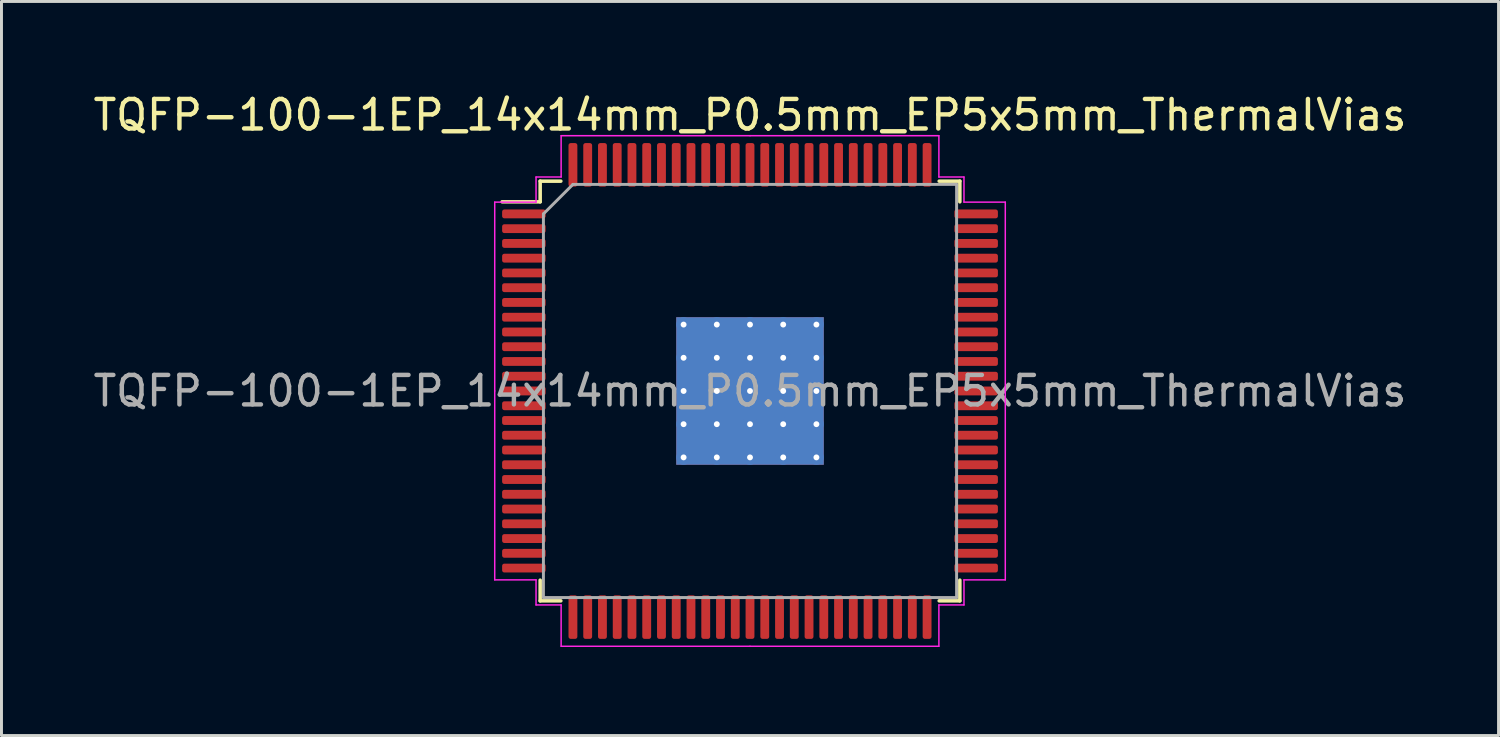
<source format=kicad_pcb>
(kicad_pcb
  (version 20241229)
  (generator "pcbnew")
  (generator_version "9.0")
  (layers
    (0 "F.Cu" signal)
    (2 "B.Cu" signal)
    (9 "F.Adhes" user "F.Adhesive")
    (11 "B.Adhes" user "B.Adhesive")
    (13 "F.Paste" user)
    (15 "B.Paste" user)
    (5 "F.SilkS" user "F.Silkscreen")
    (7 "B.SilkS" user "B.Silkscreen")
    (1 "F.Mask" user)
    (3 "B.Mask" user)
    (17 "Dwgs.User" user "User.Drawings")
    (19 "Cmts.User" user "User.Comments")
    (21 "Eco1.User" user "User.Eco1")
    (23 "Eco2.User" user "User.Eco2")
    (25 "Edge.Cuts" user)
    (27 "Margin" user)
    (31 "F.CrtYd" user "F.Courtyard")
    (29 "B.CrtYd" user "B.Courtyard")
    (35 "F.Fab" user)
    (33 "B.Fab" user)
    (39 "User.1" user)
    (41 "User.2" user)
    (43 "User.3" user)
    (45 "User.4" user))
  (footprint "TQFP-100-1EP_14x14mm_P0.5mm_EP5x5mm_ThermalVias"
    (layer "F.Cu")
    (at 22.363 10.198)
    (property "Reference" "TQFP-100-1EP_14x14mm_P0.5mm_EP5x5mm_ThermalVias" (at 0 -9.35 0) (layer "F.SilkS") (effects (font (size 1 1) (thickness 0.15))))
    (attr smd)
    (fp_line (start -7.11 -7.11) (end -7.11 -6.41) (stroke (width 0.12) (type solid)) (layer "F.SilkS"))
    (fp_line (start -7.11 -6.41) (end -8.4 -6.41) (stroke (width 0.12) (type solid)) (layer "F.SilkS"))
    (fp_line (start -7.11 7.11) (end -7.11 6.41) (stroke (width 0.12) (type solid)) (layer "F.SilkS"))
    (fp_line (start -6.41 -7.11) (end -7.11 -7.11) (stroke (width 0.12) (type solid)) (layer "F.SilkS"))
    (fp_line (start -6.41 7.11) (end -7.11 7.11) (stroke (width 0.12) (type solid)) (layer "F.SilkS"))
    (fp_line (start 6.41 -7.11) (end 7.11 -7.11) (stroke (width 0.12) (type solid)) (layer "F.SilkS"))
    (fp_line (start 6.41 7.11) (end 7.11 7.11) (stroke (width 0.12) (type solid)) (layer "F.SilkS"))
    (fp_line (start 7.11 -7.11) (end 7.11 -6.41) (stroke (width 0.12) (type solid)) (layer "F.SilkS"))
    (fp_line (start 7.11 7.11) (end 7.11 6.41) (stroke (width 0.12) (type solid)) (layer "F.SilkS"))
    (fp_line (start -8.65 -6.4) (end -8.65 0) (stroke (width 0.05) (type solid)) (layer "F.CrtYd"))
    (fp_line (start -8.65 6.4) (end -8.65 0) (stroke (width 0.05) (type solid)) (layer "F.CrtYd"))
    (fp_line (start -7.25 -7.25) (end -7.25 -6.4) (stroke (width 0.05) (type solid)) (layer "F.CrtYd"))
    (fp_line (start -7.25 -6.4) (end -8.65 -6.4) (stroke (width 0.05) (type solid)) (layer "F.CrtYd"))
    (fp_line (start -7.25 6.4) (end -8.65 6.4) (stroke (width 0.05) (type solid)) (layer "F.CrtYd"))
    (fp_line (start -7.25 7.25) (end -7.25 6.4) (stroke (width 0.05) (type solid)) (layer "F.CrtYd"))
    (fp_line (start -6.4 -8.65) (end -6.4 -7.25) (stroke (width 0.05) (type solid)) (layer "F.CrtYd"))
    (fp_line (start -6.4 -7.25) (end -7.25 -7.25) (stroke (width 0.05) (type solid)) (layer "F.CrtYd"))
    (fp_line (start -6.4 7.25) (end -7.25 7.25) (stroke (width 0.05) (type solid)) (layer "F.CrtYd"))
    (fp_line (start -6.4 8.65) (end -6.4 7.25) (stroke (width 0.05) (type solid)) (layer "F.CrtYd"))
    (fp_line (start 0 -8.65) (end -6.4 -8.65) (stroke (width 0.05) (type solid)) (layer "F.CrtYd"))
    (fp_line (start 0 -8.65) (end 6.4 -8.65) (stroke (width 0.05) (type solid)) (layer "F.CrtYd"))
    (fp_line (start 0 8.65) (end -6.4 8.65) (stroke (width 0.05) (type solid)) (layer "F.CrtYd"))
    (fp_line (start 0 8.65) (end 6.4 8.65) (stroke (width 0.05) (type solid)) (layer "F.CrtYd"))
    (fp_line (start 6.4 -8.65) (end 6.4 -7.25) (stroke (width 0.05) (type solid)) (layer "F.CrtYd"))
    (fp_line (start 6.4 -7.25) (end 7.25 -7.25) (stroke (width 0.05) (type solid)) (layer "F.CrtYd"))
    (fp_line (start 6.4 7.25) (end 7.25 7.25) (stroke (width 0.05) (type solid)) (layer "F.CrtYd"))
    (fp_line (start 6.4 8.65) (end 6.4 7.25) (stroke (width 0.05) (type solid)) (layer "F.CrtYd"))
    (fp_line (start 7.25 -7.25) (end 7.25 -6.4) (stroke (width 0.05) (type solid)) (layer "F.CrtYd"))
    (fp_line (start 7.25 -6.4) (end 8.65 -6.4) (stroke (width 0.05) (type solid)) (layer "F.CrtYd"))
    (fp_line (start 7.25 6.4) (end 8.65 6.4) (stroke (width 0.05) (type solid)) (layer "F.CrtYd"))
    (fp_line (start 7.25 7.25) (end 7.25 6.4) (stroke (width 0.05) (type solid)) (layer "F.CrtYd"))
    (fp_line (start 8.65 -6.4) (end 8.65 0) (stroke (width 0.05) (type solid)) (layer "F.CrtYd"))
    (fp_line (start 8.65 6.4) (end 8.65 0) (stroke (width 0.05) (type solid)) (layer "F.CrtYd"))
    (fp_line (start -7 -6) (end -6 -7) (stroke (width 0.1) (type solid)) (layer "F.Fab"))
    (fp_line (start -7 7) (end -7 -6) (stroke (width 0.1) (type solid)) (layer "F.Fab"))
    (fp_line (start -6 -7) (end 7 -7) (stroke (width 0.1) (type solid)) (layer "F.Fab"))
    (fp_line (start 7 -7) (end 7 7) (stroke (width 0.1) (type solid)) (layer "F.Fab"))
    (fp_line (start 7 7) (end -7 7) (stroke (width 0.1) (type solid)) (layer "F.Fab"))
    (fp_text user "${REFERENCE}" (at 0 0 0) (layer "F.Fab") (effects (font (size 1 1) (thickness 0.15))))
    (pad "" smd custom (at -1.688 -1.688) (size 0.891 0.891) (layers "F.Paste") (options (anchor circle)) (primitives (gr_poly (pts (xy -0.387 -0.29) (xy -0.29 -0.387) (xy 0.29 -0.387) (xy 0.387 -0.29) (xy 0.387 0.29) (xy 0.29 0.387) (xy -0.29 0.387) (xy -0.387 0.29)) (width 0.234) (fill yes))))
    (pad "" smd custom (at -1.688 -0.562) (size 0.891 0.891) (layers "F.Paste") (options (anchor circle)) (primitives (gr_poly (pts (xy -0.387 -0.29) (xy -0.29 -0.387) (xy 0.29 -0.387) (xy 0.387 -0.29) (xy 0.387 0.29) (xy 0.29 0.387) (xy -0.29 0.387) (xy -0.387 0.29)) (width 0.234) (fill yes))))
    (pad "" smd custom (at -1.688 0.562) (size 0.891 0.891) (layers "F.Paste") (options (anchor circle)) (primitives (gr_poly (pts (xy -0.387 -0.29) (xy -0.29 -0.387) (xy 0.29 -0.387) (xy 0.387 -0.29) (xy 0.387 0.29) (xy 0.29 0.387) (xy -0.29 0.387) (xy -0.387 0.29)) (width 0.234) (fill yes))))
    (pad "" smd custom (at -1.688 1.688) (size 0.891 0.891) (layers "F.Paste") (options (anchor circle)) (primitives (gr_poly (pts (xy -0.387 -0.29) (xy -0.29 -0.387) (xy 0.29 -0.387) (xy 0.387 -0.29) (xy 0.387 0.29) (xy 0.29 0.387) (xy -0.29 0.387) (xy -0.387 0.29)) (width 0.234) (fill yes))))
    (pad "" smd custom (at -0.562 -1.688) (size 0.891 0.891) (layers "F.Paste") (options (anchor circle)) (primitives (gr_poly (pts (xy -0.387 -0.29) (xy -0.29 -0.387) (xy 0.29 -0.387) (xy 0.387 -0.29) (xy 0.387 0.29) (xy 0.29 0.387) (xy -0.29 0.387) (xy -0.387 0.29)) (width 0.234) (fill yes))))
    (pad "" smd custom (at -0.562 -0.562) (size 0.891 0.891) (layers "F.Paste") (options (anchor circle)) (primitives (gr_poly (pts (xy -0.387 -0.29) (xy -0.29 -0.387) (xy 0.29 -0.387) (xy 0.387 -0.29) (xy 0.387 0.29) (xy 0.29 0.387) (xy -0.29 0.387) (xy -0.387 0.29)) (width 0.234) (fill yes))))
    (pad "" smd custom (at -0.562 0.562) (size 0.891 0.891) (layers "F.Paste") (options (anchor circle)) (primitives (gr_poly (pts (xy -0.387 -0.29) (xy -0.29 -0.387) (xy 0.29 -0.387) (xy 0.387 -0.29) (xy 0.387 0.29) (xy 0.29 0.387) (xy -0.29 0.387) (xy -0.387 0.29)) (width 0.234) (fill yes))))
    (pad "" smd custom (at -0.562 1.688) (size 0.891 0.891) (layers "F.Paste") (options (anchor circle)) (primitives (gr_poly (pts (xy -0.387 -0.29) (xy -0.29 -0.387) (xy 0.29 -0.387) (xy 0.387 -0.29) (xy 0.387 0.29) (xy 0.29 0.387) (xy -0.29 0.387) (xy -0.387 0.29)) (width 0.234) (fill yes))))
    (pad "" smd custom (at 0.562 -1.688) (size 0.891 0.891) (layers "F.Paste") (options (anchor circle)) (primitives (gr_poly (pts (xy -0.387 -0.29) (xy -0.29 -0.387) (xy 0.29 -0.387) (xy 0.387 -0.29) (xy 0.387 0.29) (xy 0.29 0.387) (xy -0.29 0.387) (xy -0.387 0.29)) (width 0.234) (fill yes))))
    (pad "" smd custom (at 0.562 -0.562) (size 0.891 0.891) (layers "F.Paste") (options (anchor circle)) (primitives (gr_poly (pts (xy -0.387 -0.29) (xy -0.29 -0.387) (xy 0.29 -0.387) (xy 0.387 -0.29) (xy 0.387 0.29) (xy 0.29 0.387) (xy -0.29 0.387) (xy -0.387 0.29)) (width 0.234) (fill yes))))
    (pad "" smd custom (at 0.562 0.562) (size 0.891 0.891) (layers "F.Paste") (options (anchor circle)) (primitives (gr_poly (pts (xy -0.387 -0.29) (xy -0.29 -0.387) (xy 0.29 -0.387) (xy 0.387 -0.29) (xy 0.387 0.29) (xy 0.29 0.387) (xy -0.29 0.387) (xy -0.387 0.29)) (width 0.234) (fill yes))))
    (pad "" smd custom (at 0.562 1.688) (size 0.891 0.891) (layers "F.Paste") (options (anchor circle)) (primitives (gr_poly (pts (xy -0.387 -0.29) (xy -0.29 -0.387) (xy 0.29 -0.387) (xy 0.387 -0.29) (xy 0.387 0.29) (xy 0.29 0.387) (xy -0.29 0.387) (xy -0.387 0.29)) (width 0.234) (fill yes))))
    (pad "" smd custom (at 1.688 -1.688) (size 0.891 0.891) (layers "F.Paste") (options (anchor circle)) (primitives (gr_poly (pts (xy -0.387 -0.29) (xy -0.29 -0.387) (xy 0.29 -0.387) (xy 0.387 -0.29) (xy 0.387 0.29) (xy 0.29 0.387) (xy -0.29 0.387) (xy -0.387 0.29)) (width 0.234) (fill yes))))
    (pad "" smd custom (at 1.688 -0.562) (size 0.891 0.891) (layers "F.Paste") (options (anchor circle)) (primitives (gr_poly (pts (xy -0.387 -0.29) (xy -0.29 -0.387) (xy 0.29 -0.387) (xy 0.387 -0.29) (xy 0.387 0.29) (xy 0.29 0.387) (xy -0.29 0.387) (xy -0.387 0.29)) (width 0.234) (fill yes))))
    (pad "" smd custom (at 1.688 0.562) (size 0.891 0.891) (layers "F.Paste") (options (anchor circle)) (primitives (gr_poly (pts (xy -0.387 -0.29) (xy -0.29 -0.387) (xy 0.29 -0.387) (xy 0.387 -0.29) (xy 0.387 0.29) (xy 0.29 0.387) (xy -0.29 0.387) (xy -0.387 0.29)) (width 0.234) (fill yes))))
    (pad "" smd custom (at 1.688 1.688) (size 0.891 0.891) (layers "F.Paste") (options (anchor circle)) (primitives (gr_poly (pts (xy -0.387 -0.29) (xy -0.29 -0.387) (xy 0.29 -0.387) (xy 0.387 -0.29) (xy 0.387 0.29) (xy 0.29 0.387) (xy -0.29 0.387) (xy -0.387 0.29)) (width 0.234) (fill yes))))
    (pad "1" smd roundrect (at -7.662 -6) (size 1.475 0.3) (layers "F.Cu" "F.Mask" "F.Paste") (roundrect_rratio 0.25))
    (pad "2" smd roundrect (at -7.662 -5.5) (size 1.475 0.3) (layers "F.Cu" "F.Mask" "F.Paste") (roundrect_rratio 0.25))
    (pad "3" smd roundrect (at -7.662 -5) (size 1.475 0.3) (layers "F.Cu" "F.Mask" "F.Paste") (roundrect_rratio 0.25))
    (pad "4" smd roundrect (at -7.662 -4.5) (size 1.475 0.3) (layers "F.Cu" "F.Mask" "F.Paste") (roundrect_rratio 0.25))
    (pad "5" smd roundrect (at -7.662 -4) (size 1.475 0.3) (layers "F.Cu" "F.Mask" "F.Paste") (roundrect_rratio 0.25))
    (pad "6" smd roundrect (at -7.662 -3.5) (size 1.475 0.3) (layers "F.Cu" "F.Mask" "F.Paste") (roundrect_rratio 0.25))
    (pad "7" smd roundrect (at -7.662 -3) (size 1.475 0.3) (layers "F.Cu" "F.Mask" "F.Paste") (roundrect_rratio 0.25))
    (pad "8" smd roundrect (at -7.662 -2.5) (size 1.475 0.3) (layers "F.Cu" "F.Mask" "F.Paste") (roundrect_rratio 0.25))
    (pad "9" smd roundrect (at -7.662 -2) (size 1.475 0.3) (layers "F.Cu" "F.Mask" "F.Paste") (roundrect_rratio 0.25))
    (pad "10" smd roundrect (at -7.662 -1.5) (size 1.475 0.3) (layers "F.Cu" "F.Mask" "F.Paste") (roundrect_rratio 0.25))
    (pad "11" smd roundrect (at -7.662 -1) (size 1.475 0.3) (layers "F.Cu" "F.Mask" "F.Paste") (roundrect_rratio 0.25))
    (pad "12" smd roundrect (at -7.662 -0.5) (size 1.475 0.3) (layers "F.Cu" "F.Mask" "F.Paste") (roundrect_rratio 0.25))
    (pad "13" smd roundrect (at -7.662 0) (size 1.475 0.3) (layers "F.Cu" "F.Mask" "F.Paste") (roundrect_rratio 0.25))
    (pad "14" smd roundrect (at -7.662 0.5) (size 1.475 0.3) (layers "F.Cu" "F.Mask" "F.Paste") (roundrect_rratio 0.25))
    (pad "15" smd roundrect (at -7.662 1) (size 1.475 0.3) (layers "F.Cu" "F.Mask" "F.Paste") (roundrect_rratio 0.25))
    (pad "16" smd roundrect (at -7.662 1.5) (size 1.475 0.3) (layers "F.Cu" "F.Mask" "F.Paste") (roundrect_rratio 0.25))
    (pad "17" smd roundrect (at -7.662 2) (size 1.475 0.3) (layers "F.Cu" "F.Mask" "F.Paste") (roundrect_rratio 0.25))
    (pad "18" smd roundrect (at -7.662 2.5) (size 1.475 0.3) (layers "F.Cu" "F.Mask" "F.Paste") (roundrect_rratio 0.25))
    (pad "19" smd roundrect (at -7.662 3) (size 1.475 0.3) (layers "F.Cu" "F.Mask" "F.Paste") (roundrect_rratio 0.25))
    (pad "20" smd roundrect (at -7.662 3.5) (size 1.475 0.3) (layers "F.Cu" "F.Mask" "F.Paste") (roundrect_rratio 0.25))
    (pad "21" smd roundrect (at -7.662 4) (size 1.475 0.3) (layers "F.Cu" "F.Mask" "F.Paste") (roundrect_rratio 0.25))
    (pad "22" smd roundrect (at -7.662 4.5) (size 1.475 0.3) (layers "F.Cu" "F.Mask" "F.Paste") (roundrect_rratio 0.25))
    (pad "23" smd roundrect (at -7.662 5) (size 1.475 0.3) (layers "F.Cu" "F.Mask" "F.Paste") (roundrect_rratio 0.25))
    (pad "24" smd roundrect (at -7.662 5.5) (size 1.475 0.3) (layers "F.Cu" "F.Mask" "F.Paste") (roundrect_rratio 0.25))
    (pad "25" smd roundrect (at -7.662 6) (size 1.475 0.3) (layers "F.Cu" "F.Mask" "F.Paste") (roundrect_rratio 0.25))
    (pad "26" smd roundrect (at -6 7.662) (size 0.3 1.475) (layers "F.Cu" "F.Mask" "F.Paste") (roundrect_rratio 0.25))
    (pad "27" smd roundrect (at -5.5 7.662) (size 0.3 1.475) (layers "F.Cu" "F.Mask" "F.Paste") (roundrect_rratio 0.25))
    (pad "28" smd roundrect (at -5 7.662) (size 0.3 1.475) (layers "F.Cu" "F.Mask" "F.Paste") (roundrect_rratio 0.25))
    (pad "29" smd roundrect (at -4.5 7.662) (size 0.3 1.475) (layers "F.Cu" "F.Mask" "F.Paste") (roundrect_rratio 0.25))
    (pad "30" smd roundrect (at -4 7.662) (size 0.3 1.475) (layers "F.Cu" "F.Mask" "F.Paste") (roundrect_rratio 0.25))
    (pad "31" smd roundrect (at -3.5 7.662) (size 0.3 1.475) (layers "F.Cu" "F.Mask" "F.Paste") (roundrect_rratio 0.25))
    (pad "32" smd roundrect (at -3 7.662) (size 0.3 1.475) (layers "F.Cu" "F.Mask" "F.Paste") (roundrect_rratio 0.25))
    (pad "33" smd roundrect (at -2.5 7.662) (size 0.3 1.475) (layers "F.Cu" "F.Mask" "F.Paste") (roundrect_rratio 0.25))
    (pad "34" smd roundrect (at -2 7.662) (size 0.3 1.475) (layers "F.Cu" "F.Mask" "F.Paste") (roundrect_rratio 0.25))
    (pad "35" smd roundrect (at -1.5 7.662) (size 0.3 1.475) (layers "F.Cu" "F.Mask" "F.Paste") (roundrect_rratio 0.25))
    (pad "36" smd roundrect (at -1 7.662) (size 0.3 1.475) (layers "F.Cu" "F.Mask" "F.Paste") (roundrect_rratio 0.25))
    (pad "37" smd roundrect (at -0.5 7.662) (size 0.3 1.475) (layers "F.Cu" "F.Mask" "F.Paste") (roundrect_rratio 0.25))
    (pad "38" smd roundrect (at 0 7.662) (size 0.3 1.475) (layers "F.Cu" "F.Mask" "F.Paste") (roundrect_rratio 0.25))
    (pad "39" smd roundrect (at 0.5 7.662) (size 0.3 1.475) (layers "F.Cu" "F.Mask" "F.Paste") (roundrect_rratio 0.25))
    (pad "40" smd roundrect (at 1 7.662) (size 0.3 1.475) (layers "F.Cu" "F.Mask" "F.Paste") (roundrect_rratio 0.25))
    (pad "41" smd roundrect (at 1.5 7.662) (size 0.3 1.475) (layers "F.Cu" "F.Mask" "F.Paste") (roundrect_rratio 0.25))
    (pad "42" smd roundrect (at 2 7.662) (size 0.3 1.475) (layers "F.Cu" "F.Mask" "F.Paste") (roundrect_rratio 0.25))
    (pad "43" smd roundrect (at 2.5 7.662) (size 0.3 1.475) (layers "F.Cu" "F.Mask" "F.Paste") (roundrect_rratio 0.25))
    (pad "44" smd roundrect (at 3 7.662) (size 0.3 1.475) (layers "F.Cu" "F.Mask" "F.Paste") (roundrect_rratio 0.25))
    (pad "45" smd roundrect (at 3.5 7.662) (size 0.3 1.475) (layers "F.Cu" "F.Mask" "F.Paste") (roundrect_rratio 0.25))
    (pad "46" smd roundrect (at 4 7.662) (size 0.3 1.475) (layers "F.Cu" "F.Mask" "F.Paste") (roundrect_rratio 0.25))
    (pad "47" smd roundrect (at 4.5 7.662) (size 0.3 1.475) (layers "F.Cu" "F.Mask" "F.Paste") (roundrect_rratio 0.25))
    (pad "48" smd roundrect (at 5 7.662) (size 0.3 1.475) (layers "F.Cu" "F.Mask" "F.Paste") (roundrect_rratio 0.25))
    (pad "49" smd roundrect (at 5.5 7.662) (size 0.3 1.475) (layers "F.Cu" "F.Mask" "F.Paste") (roundrect_rratio 0.25))
    (pad "50" smd roundrect (at 6 7.662) (size 0.3 1.475) (layers "F.Cu" "F.Mask" "F.Paste") (roundrect_rratio 0.25))
    (pad "51" smd roundrect (at 7.662 6) (size 1.475 0.3) (layers "F.Cu" "F.Mask" "F.Paste") (roundrect_rratio 0.25))
    (pad "52" smd roundrect (at 7.662 5.5) (size 1.475 0.3) (layers "F.Cu" "F.Mask" "F.Paste") (roundrect_rratio 0.25))
    (pad "53" smd roundrect (at 7.662 5) (size 1.475 0.3) (layers "F.Cu" "F.Mask" "F.Paste") (roundrect_rratio 0.25))
    (pad "54" smd roundrect (at 7.662 4.5) (size 1.475 0.3) (layers "F.Cu" "F.Mask" "F.Paste") (roundrect_rratio 0.25))
    (pad "55" smd roundrect (at 7.662 4) (size 1.475 0.3) (layers "F.Cu" "F.Mask" "F.Paste") (roundrect_rratio 0.25))
    (pad "56" smd roundrect (at 7.662 3.5) (size 1.475 0.3) (layers "F.Cu" "F.Mask" "F.Paste") (roundrect_rratio 0.25))
    (pad "57" smd roundrect (at 7.662 3) (size 1.475 0.3) (layers "F.Cu" "F.Mask" "F.Paste") (roundrect_rratio 0.25))
    (pad "58" smd roundrect (at 7.662 2.5) (size 1.475 0.3) (layers "F.Cu" "F.Mask" "F.Paste") (roundrect_rratio 0.25))
    (pad "59" smd roundrect (at 7.662 2) (size 1.475 0.3) (layers "F.Cu" "F.Mask" "F.Paste") (roundrect_rratio 0.25))
    (pad "60" smd roundrect (at 7.662 1.5) (size 1.475 0.3) (layers "F.Cu" "F.Mask" "F.Paste") (roundrect_rratio 0.25))
    (pad "61" smd roundrect (at 7.662 1) (size 1.475 0.3) (layers "F.Cu" "F.Mask" "F.Paste") (roundrect_rratio 0.25))
    (pad "62" smd roundrect (at 7.662 0.5) (size 1.475 0.3) (layers "F.Cu" "F.Mask" "F.Paste") (roundrect_rratio 0.25))
    (pad "63" smd roundrect (at 7.662 0) (size 1.475 0.3) (layers "F.Cu" "F.Mask" "F.Paste") (roundrect_rratio 0.25))
    (pad "64" smd roundrect (at 7.662 -0.5) (size 1.475 0.3) (layers "F.Cu" "F.Mask" "F.Paste") (roundrect_rratio 0.25))
    (pad "65" smd roundrect (at 7.662 -1) (size 1.475 0.3) (layers "F.Cu" "F.Mask" "F.Paste") (roundrect_rratio 0.25))
    (pad "66" smd roundrect (at 7.662 -1.5) (size 1.475 0.3) (layers "F.Cu" "F.Mask" "F.Paste") (roundrect_rratio 0.25))
    (pad "67" smd roundrect (at 7.662 -2) (size 1.475 0.3) (layers "F.Cu" "F.Mask" "F.Paste") (roundrect_rratio 0.25))
    (pad "68" smd roundrect (at 7.662 -2.5) (size 1.475 0.3) (layers "F.Cu" "F.Mask" "F.Paste") (roundrect_rratio 0.25))
    (pad "69" smd roundrect (at 7.662 -3) (size 1.475 0.3) (layers "F.Cu" "F.Mask" "F.Paste") (roundrect_rratio 0.25))
    (pad "70" smd roundrect (at 7.662 -3.5) (size 1.475 0.3) (layers "F.Cu" "F.Mask" "F.Paste") (roundrect_rratio 0.25))
    (pad "71" smd roundrect (at 7.662 -4) (size 1.475 0.3) (layers "F.Cu" "F.Mask" "F.Paste") (roundrect_rratio 0.25))
    (pad "72" smd roundrect (at 7.662 -4.5) (size 1.475 0.3) (layers "F.Cu" "F.Mask" "F.Paste") (roundrect_rratio 0.25))
    (pad "73" smd roundrect (at 7.662 -5) (size 1.475 0.3) (layers "F.Cu" "F.Mask" "F.Paste") (roundrect_rratio 0.25))
    (pad "74" smd roundrect (at 7.662 -5.5) (size 1.475 0.3) (layers "F.Cu" "F.Mask" "F.Paste") (roundrect_rratio 0.25))
    (pad "75" smd roundrect (at 7.662 -6) (size 1.475 0.3) (layers "F.Cu" "F.Mask" "F.Paste") (roundrect_rratio 0.25))
    (pad "76" smd roundrect (at 6 -7.662) (size 0.3 1.475) (layers "F.Cu" "F.Mask" "F.Paste") (roundrect_rratio 0.25))
    (pad "77" smd roundrect (at 5.5 -7.662) (size 0.3 1.475) (layers "F.Cu" "F.Mask" "F.Paste") (roundrect_rratio 0.25))
    (pad "78" smd roundrect (at 5 -7.662) (size 0.3 1.475) (layers "F.Cu" "F.Mask" "F.Paste") (roundrect_rratio 0.25))
    (pad "79" smd roundrect (at 4.5 -7.662) (size 0.3 1.475) (layers "F.Cu" "F.Mask" "F.Paste") (roundrect_rratio 0.25))
    (pad "80" smd roundrect (at 4 -7.662) (size 0.3 1.475) (layers "F.Cu" "F.Mask" "F.Paste") (roundrect_rratio 0.25))
    (pad "81" smd roundrect (at 3.5 -7.662) (size 0.3 1.475) (layers "F.Cu" "F.Mask" "F.Paste") (roundrect_rratio 0.25))
    (pad "82" smd roundrect (at 3 -7.662) (size 0.3 1.475) (layers "F.Cu" "F.Mask" "F.Paste") (roundrect_rratio 0.25))
    (pad "83" smd roundrect (at 2.5 -7.662) (size 0.3 1.475) (layers "F.Cu" "F.Mask" "F.Paste") (roundrect_rratio 0.25))
    (pad "84" smd roundrect (at 2 -7.662) (size 0.3 1.475) (layers "F.Cu" "F.Mask" "F.Paste") (roundrect_rratio 0.25))
    (pad "85" smd roundrect (at 1.5 -7.662) (size 0.3 1.475) (layers "F.Cu" "F.Mask" "F.Paste") (roundrect_rratio 0.25))
    (pad "86" smd roundrect (at 1 -7.662) (size 0.3 1.475) (layers "F.Cu" "F.Mask" "F.Paste") (roundrect_rratio 0.25))
    (pad "87" smd roundrect (at 0.5 -7.662) (size 0.3 1.475) (layers "F.Cu" "F.Mask" "F.Paste") (roundrect_rratio 0.25))
    (pad "88" smd roundrect (at 0 -7.662) (size 0.3 1.475) (layers "F.Cu" "F.Mask" "F.Paste") (roundrect_rratio 0.25))
    (pad "89" smd roundrect (at -0.5 -7.662) (size 0.3 1.475) (layers "F.Cu" "F.Mask" "F.Paste") (roundrect_rratio 0.25))
    (pad "90" smd roundrect (at -1 -7.662) (size 0.3 1.475) (layers "F.Cu" "F.Mask" "F.Paste") (roundrect_rratio 0.25))
    (pad "91" smd roundrect (at -1.5 -7.662) (size 0.3 1.475) (layers "F.Cu" "F.Mask" "F.Paste") (roundrect_rratio 0.25))
    (pad "92" smd roundrect (at -2 -7.662) (size 0.3 1.475) (layers "F.Cu" "F.Mask" "F.Paste") (roundrect_rratio 0.25))
    (pad "93" smd roundrect (at -2.5 -7.662) (size 0.3 1.475) (layers "F.Cu" "F.Mask" "F.Paste") (roundrect_rratio 0.25))
    (pad "94" smd roundrect (at -3 -7.662) (size 0.3 1.475) (layers "F.Cu" "F.Mask" "F.Paste") (roundrect_rratio 0.25))
    (pad "95" smd roundrect (at -3.5 -7.662) (size 0.3 1.475) (layers "F.Cu" "F.Mask" "F.Paste") (roundrect_rratio 0.25))
    (pad "96" smd roundrect (at -4 -7.662) (size 0.3 1.475) (layers "F.Cu" "F.Mask" "F.Paste") (roundrect_rratio 0.25))
    (pad "97" smd roundrect (at -4.5 -7.662) (size 0.3 1.475) (layers "F.Cu" "F.Mask" "F.Paste") (roundrect_rratio 0.25))
    (pad "98" smd roundrect (at -5 -7.662) (size 0.3 1.475) (layers "F.Cu" "F.Mask" "F.Paste") (roundrect_rratio 0.25))
    (pad "99" smd roundrect (at -5.5 -7.662) (size 0.3 1.475) (layers "F.Cu" "F.Mask" "F.Paste") (roundrect_rratio 0.25))
    (pad "100" smd roundrect (at -6 -7.662) (size 0.3 1.475) (layers "F.Cu" "F.Mask" "F.Paste") (roundrect_rratio 0.25))
    (pad "101" thru_hole circle (at -2.25 -2.25) (size 0.5 0.5) (drill 0.2) (layers "*.Cu"))
    (pad "101" thru_hole circle (at -2.25 -1.125) (size 0.5 0.5) (drill 0.2) (layers "*.Cu"))
    (pad "101" thru_hole circle (at -2.25 0) (size 0.5 0.5) (drill 0.2) (layers "*.Cu"))
    (pad "101" thru_hole circle (at -2.25 1.125) (size 0.5 0.5) (drill 0.2) (layers "*.Cu"))
    (pad "101" thru_hole circle (at -2.25 2.25) (size 0.5 0.5) (drill 0.2) (layers "*.Cu"))
    (pad "101" thru_hole circle (at -1.125 -2.25) (size 0.5 0.5) (drill 0.2) (layers "*.Cu"))
    (pad "101" thru_hole circle (at -1.125 -1.125) (size 0.5 0.5) (drill 0.2) (layers "*.Cu"))
    (pad "101" thru_hole circle (at -1.125 0) (size 0.5 0.5) (drill 0.2) (layers "*.Cu"))
    (pad "101" thru_hole circle (at -1.125 1.125) (size 0.5 0.5) (drill 0.2) (layers "*.Cu"))
    (pad "101" thru_hole circle (at -1.125 2.25) (size 0.5 0.5) (drill 0.2) (layers "*.Cu"))
    (pad "101" thru_hole circle (at 0 -2.25) (size 0.5 0.5) (drill 0.2) (layers "*.Cu"))
    (pad "101" thru_hole circle (at 0 -1.125) (size 0.5 0.5) (drill 0.2) (layers "*.Cu"))
    (pad "101" thru_hole circle (at 0 0) (size 0.5 0.5) (drill 0.2) (layers "*.Cu"))
    (pad "101" smd rect (at 0 0) (size 5 5) (layers "F.Cu" "F.Mask"))
    (pad "101" smd rect (at 0 0) (size 5 5) (layers "B.Cu"))
    (pad "101" thru_hole circle (at 0 1.125) (size 0.5 0.5) (drill 0.2) (layers "*.Cu"))
    (pad "101" thru_hole circle (at 0 2.25) (size 0.5 0.5) (drill 0.2) (layers "*.Cu"))
    (pad "101" thru_hole circle (at 1.125 -2.25) (size 0.5 0.5) (drill 0.2) (layers "*.Cu"))
    (pad "101" thru_hole circle (at 1.125 -1.125) (size 0.5 0.5) (drill 0.2) (layers "*.Cu"))
    (pad "101" thru_hole circle (at 1.125 0) (size 0.5 0.5) (drill 0.2) (layers "*.Cu"))
    (pad "101" thru_hole circle (at 1.125 1.125) (size 0.5 0.5) (drill 0.2) (layers "*.Cu"))
    (pad "101" thru_hole circle (at 1.125 2.25) (size 0.5 0.5) (drill 0.2) (layers "*.Cu"))
    (pad "101" thru_hole circle (at 2.25 -2.25) (size 0.5 0.5) (drill 0.2) (layers "*.Cu"))
    (pad "101" thru_hole circle (at 2.25 -1.125) (size 0.5 0.5) (drill 0.2) (layers "*.Cu"))
    (pad "101" thru_hole circle (at 2.25 0) (size 0.5 0.5) (drill 0.2) (layers "*.Cu"))
    (pad "101" thru_hole circle (at 2.25 1.125) (size 0.5 0.5) (drill 0.2) (layers "*.Cu"))
    (pad "101" thru_hole circle (at 2.25 2.25) (size 0.5 0.5) (drill 0.2) (layers "*.Cu")))
  (gr_rect
    (start -3 -3)
    (end 47.726 21.873)
    (stroke (width 0.1) (type default))
    (fill no)
    (layer "Edge.Cuts")))
</source>
